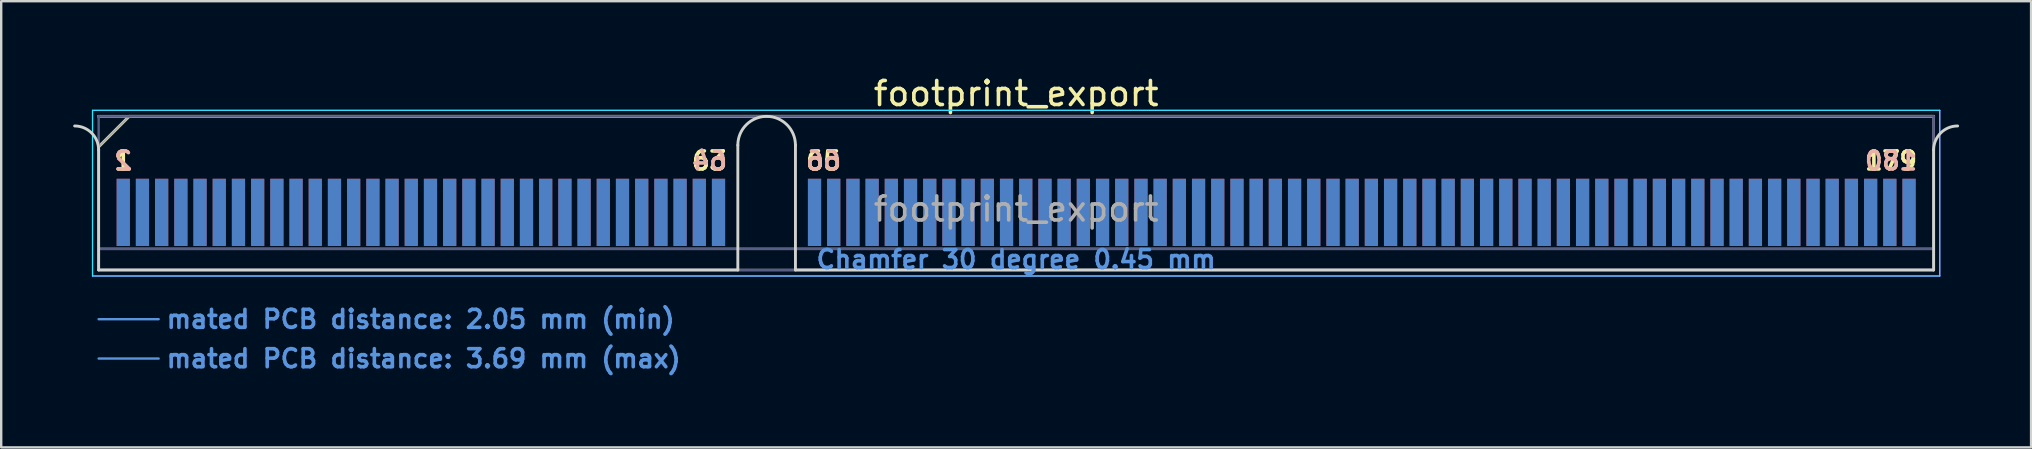
<source format=kicad_pcb>
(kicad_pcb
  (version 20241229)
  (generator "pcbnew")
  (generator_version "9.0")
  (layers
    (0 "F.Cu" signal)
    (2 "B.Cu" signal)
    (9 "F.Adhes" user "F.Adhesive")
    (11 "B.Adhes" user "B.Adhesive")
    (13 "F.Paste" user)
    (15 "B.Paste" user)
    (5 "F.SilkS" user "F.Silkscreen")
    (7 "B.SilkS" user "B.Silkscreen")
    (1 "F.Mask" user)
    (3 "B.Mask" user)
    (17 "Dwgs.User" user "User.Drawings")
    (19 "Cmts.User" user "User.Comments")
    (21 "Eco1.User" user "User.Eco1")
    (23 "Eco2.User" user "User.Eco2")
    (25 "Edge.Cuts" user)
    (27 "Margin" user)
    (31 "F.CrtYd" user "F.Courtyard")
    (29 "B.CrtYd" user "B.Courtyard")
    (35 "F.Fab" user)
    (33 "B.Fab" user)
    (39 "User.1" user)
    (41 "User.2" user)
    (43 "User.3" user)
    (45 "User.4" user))
  (footprint "footprint_export"
    (layer "F.Cu")
    (at 39.285 8.198)
    (property "Reference" "footprint_export" (at 0 -7.35 0) (layer "F.SilkS") (effects (font (size 1 1) (thickness 0.15))))
    (attr exclude_from_pos_files exclude_from_bom)
    (fp_line (start -38.225 -5.13) (end -36.955 -6.4) (stroke (width 0.12) (type solid)) (layer "F.SilkS"))
    (fp_line (start -36.955 -6.4) (end 38.225 -6.4) (stroke (width 0.12) (type solid)) (layer "F.SilkS"))
    (fp_line (start -38.225 -6.4) (end -38.225 -6.4) (stroke (width 0.12) (type solid)) (layer "B.SilkS"))
    (fp_line (start -38.225 -6.4) (end 38.225 -6.4) (stroke (width 0.12) (type solid)) (layer "B.SilkS"))
    (fp_line (start -38.225 2.05) (end -35.725 2.05) (stroke (width 0.1) (type solid)) (layer "Cmts.User"))
    (fp_line (start -38.225 3.69) (end -35.725 3.69) (stroke (width 0.1) (type solid)) (layer "Cmts.User"))
    (fp_line (start -38.225 -5) (end -38.225 0) (stroke (width 0.12) (type solid)) (layer "Edge.Cuts"))
    (fp_line (start -38.225 0) (end -11.595 0) (stroke (width 0.12) (type solid)) (layer "Edge.Cuts"))
    (fp_line (start -11.595 0) (end -11.595 -5.2) (stroke (width 0.12) (type solid)) (layer "Edge.Cuts"))
    (fp_line (start -9.195 -5.2) (end -9.195 0) (stroke (width 0.12) (type solid)) (layer "Edge.Cuts"))
    (fp_line (start -9.195 0) (end 38.225 0) (stroke (width 0.12) (type solid)) (layer "Edge.Cuts"))
    (fp_line (start 38.225 0) (end 38.225 -5) (stroke (width 0.12) (type solid)) (layer "Edge.Cuts"))
    (fp_arc (start -39.225 -6) (mid -38.517893 -5.707107) (end -38.225 -5) (stroke (width 0.12) (type solid)) (layer "Edge.Cuts"))
    (fp_arc (start -11.595 -5.2) (mid -10.395 -6.4) (end -9.195 -5.2) (stroke (width 0.12) (type solid)) (layer "Edge.Cuts"))
    (fp_arc (start 38.225 -5) (mid 38.517893 -5.707107) (end 39.225 -6) (stroke (width 0.12) (type solid)) (layer "Edge.Cuts"))
    (fp_line (start -38.48 -6.65) (end -38.48 0.25) (stroke (width 0.05) (type solid)) (layer "B.CrtYd"))
    (fp_line (start -38.48 0.25) (end 38.48 0.25) (stroke (width 0.05) (type solid)) (layer "B.CrtYd"))
    (fp_line (start 38.48 -6.65) (end -38.48 -6.65) (stroke (width 0.05) (type solid)) (layer "B.CrtYd"))
    (fp_line (start 38.48 0.25) (end 38.48 -6.65) (stroke (width 0.05) (type solid)) (layer "B.CrtYd"))
    (fp_line (start -38.48 -6.65) (end -38.48 0.25) (stroke (width 0.05) (type solid)) (layer "F.CrtYd"))
    (fp_line (start -38.48 0.25) (end 38.48 0.25) (stroke (width 0.05) (type solid)) (layer "F.CrtYd"))
    (fp_line (start 38.48 -6.65) (end -38.48 -6.65) (stroke (width 0.05) (type solid)) (layer "F.CrtYd"))
    (fp_line (start 38.48 0.25) (end 38.48 -6.65) (stroke (width 0.05) (type solid)) (layer "F.CrtYd"))
    (fp_line (start -38.225 -6.4) (end -38.225 -6.4) (stroke (width 0.1) (type solid)) (layer "B.Fab"))
    (fp_line (start -38.225 -6.4) (end -38.225 0) (stroke (width 0.1) (type solid)) (layer "B.Fab"))
    (fp_line (start -38.225 -6.4) (end 38.225 -6.4) (stroke (width 0.1) (type solid)) (layer "B.Fab"))
    (fp_line (start -38.225 -0.88) (end 38.225 -0.88) (stroke (width 0.1) (type solid)) (layer "B.Fab"))
    (fp_line (start -38.225 0) (end 38.225 0) (stroke (width 0.1) (type solid)) (layer "B.Fab"))
    (fp_line (start 38.225 -6.4) (end 38.225 0) (stroke (width 0.1) (type solid)) (layer "B.Fab"))
    (fp_line (start -38.225 -5.13) (end -38.225 0) (stroke (width 0.1) (type solid)) (layer "F.Fab"))
    (fp_line (start -38.225 -5.13) (end -36.955 -6.4) (stroke (width 0.1) (type solid)) (layer "F.Fab"))
    (fp_line (start -38.225 -0.88) (end 38.225 -0.88) (stroke (width 0.1) (type solid)) (layer "F.Fab"))
    (fp_line (start -38.225 0) (end 38.225 0) (stroke (width 0.1) (type solid)) (layer "F.Fab"))
    (fp_line (start -36.955 -6.4) (end 38.225 -6.4) (stroke (width 0.1) (type solid)) (layer "F.Fab"))
    (fp_line (start 38.225 -6.4) (end 38.225 0) (stroke (width 0.1) (type solid)) (layer "F.Fab"))
    (fp_text user "179" (at 36.45 -4.55 0) (layer "F.SilkS") (effects (font (size 0.75 0.75) (thickness 0.15))))
    (fp_text user "63" (at -12.775 -4.55 0) (layer "F.SilkS") (effects (font (size 0.75 0.75) (thickness 0.15))))
    (fp_text user "1" (at -37.2 -4.55 0) (layer "F.SilkS") (effects (font (size 0.75 0.75) (thickness 0.15))))
    (fp_text user "65" (at -8.025 -4.55 0) (layer "F.SilkS") (effects (font (size 0.75 0.75) (thickness 0.15))))
    (fp_text user "64" (at -12.775 -4.55 0) (layer "B.SilkS") (effects (font (size 0.75 0.75) (thickness 0.15)) (justify mirror)))
    (fp_text user "2" (at -37.2 -4.55 0) (layer "B.SilkS") (effects (font (size 0.75 0.75) (thickness 0.15)) (justify mirror)))
    (fp_text user "180" (at 36.45 -4.55 0) (layer "B.SilkS") (effects (font (size 0.75 0.75) (thickness 0.15)) (justify mirror)))
    (fp_text user "66" (at -8.025 -4.55 0) (layer "B.SilkS") (effects (font (size 0.75 0.75) (thickness 0.15)) (justify mirror)))
    (fp_text user "mated PCB distance: 3.69 mm (max)" (at -35.48 3.69 0) (layer "Cmts.User") (effects (font (size 0.75 0.75) (thickness 0.15)) (justify left)))
    (fp_text user "mated PCB distance: 2.05 mm (min)" (at -35.48 2.05 0) (layer "Cmts.User") (effects (font (size 0.75 0.75) (thickness 0.15)) (justify left)))
    (fp_text user "Chamfer 30 degree 0.45 mm" (at 0 -0.44 0) (layer "Cmts.User") (effects (font (size 0.75 0.75) (thickness 0.15))))
    (fp_text user "${REFERENCE}" (at 0 -2.54 0) (layer "F.Fab") (effects (font (size 1 1) (thickness 0.15))))
    (pad "1" connect rect (at -37.2 -2.4) (size 0.55 2.8) (layers "F.Cu" "F.Mask"))
    (pad "2" connect rect (at -37.2 -2.4) (size 0.55 2.8) (layers "B.Cu" "B.Mask"))
    (pad "3" connect rect (at -36.4 -2.4) (size 0.55 2.8) (layers "F.Cu" "F.Mask"))
    (pad "4" connect rect (at -36.4 -2.4) (size 0.55 2.8) (layers "B.Cu" "B.Mask"))
    (pad "5" connect rect (at -35.6 -2.4) (size 0.55 2.8) (layers "F.Cu" "F.Mask"))
    (pad "6" connect rect (at -35.6 -2.4) (size 0.55 2.8) (layers "B.Cu" "B.Mask"))
    (pad "7" connect rect (at -34.8 -2.4) (size 0.55 2.8) (layers "F.Cu" "F.Mask"))
    (pad "8" connect rect (at -34.8 -2.4) (size 0.55 2.8) (layers "B.Cu" "B.Mask"))
    (pad "9" connect rect (at -34 -2.4) (size 0.55 2.8) (layers "F.Cu" "F.Mask"))
    (pad "10" connect rect (at -34 -2.4) (size 0.55 2.8) (layers "B.Cu" "B.Mask"))
    (pad "11" connect rect (at -33.2 -2.4) (size 0.55 2.8) (layers "F.Cu" "F.Mask"))
    (pad "12" connect rect (at -33.2 -2.4) (size 0.55 2.8) (layers "B.Cu" "B.Mask"))
    (pad "13" connect rect (at -32.4 -2.4) (size 0.55 2.8) (layers "F.Cu" "F.Mask"))
    (pad "14" connect rect (at -32.4 -2.4) (size 0.55 2.8) (layers "B.Cu" "B.Mask"))
    (pad "15" connect rect (at -31.6 -2.4) (size 0.55 2.8) (layers "F.Cu" "F.Mask"))
    (pad "16" connect rect (at -31.6 -2.4) (size 0.55 2.8) (layers "B.Cu" "B.Mask"))
    (pad "17" connect rect (at -30.8 -2.4) (size 0.55 2.8) (layers "F.Cu" "F.Mask"))
    (pad "18" connect rect (at -30.8 -2.4) (size 0.55 2.8) (layers "B.Cu" "B.Mask"))
    (pad "19" connect rect (at -30 -2.4) (size 0.55 2.8) (layers "F.Cu" "F.Mask"))
    (pad "20" connect rect (at -30 -2.4) (size 0.55 2.8) (layers "B.Cu" "B.Mask"))
    (pad "21" connect rect (at -29.2 -2.4) (size 0.55 2.8) (layers "F.Cu" "F.Mask"))
    (pad "22" connect rect (at -29.2 -2.4) (size 0.55 2.8) (layers "B.Cu" "B.Mask"))
    (pad "23" connect rect (at -28.4 -2.4) (size 0.55 2.8) (layers "F.Cu" "F.Mask"))
    (pad "24" connect rect (at -28.4 -2.4) (size 0.55 2.8) (layers "B.Cu" "B.Mask"))
    (pad "25" connect rect (at -27.6 -2.4) (size 0.55 2.8) (layers "F.Cu" "F.Mask"))
    (pad "26" connect rect (at -27.6 -2.4) (size 0.55 2.8) (layers "B.Cu" "B.Mask"))
    (pad "27" connect rect (at -26.8 -2.4) (size 0.55 2.8) (layers "F.Cu" "F.Mask"))
    (pad "28" connect rect (at -26.8 -2.4) (size 0.55 2.8) (layers "B.Cu" "B.Mask"))
    (pad "29" connect rect (at -26 -2.4) (size 0.55 2.8) (layers "F.Cu" "F.Mask"))
    (pad "30" connect rect (at -26 -2.4) (size 0.55 2.8) (layers "B.Cu" "B.Mask"))
    (pad "31" connect rect (at -25.2 -2.4) (size 0.55 2.8) (layers "F.Cu" "F.Mask"))
    (pad "32" connect rect (at -25.2 -2.4) (size 0.55 2.8) (layers "B.Cu" "B.Mask"))
    (pad "33" connect rect (at -24.4 -2.4) (size 0.55 2.8) (layers "F.Cu" "F.Mask"))
    (pad "34" connect rect (at -24.4 -2.4) (size 0.55 2.8) (layers "B.Cu" "B.Mask"))
    (pad "35" connect rect (at -23.6 -2.4) (size 0.55 2.8) (layers "F.Cu" "F.Mask"))
    (pad "36" connect rect (at -23.6 -2.4) (size 0.55 2.8) (layers "B.Cu" "B.Mask"))
    (pad "37" connect rect (at -22.8 -2.4) (size 0.55 2.8) (layers "F.Cu" "F.Mask"))
    (pad "38" connect rect (at -22.8 -2.4) (size 0.55 2.8) (layers "B.Cu" "B.Mask"))
    (pad "39" connect rect (at -22 -2.4) (size 0.55 2.8) (layers "F.Cu" "F.Mask"))
    (pad "40" connect rect (at -22 -2.4) (size 0.55 2.8) (layers "B.Cu" "B.Mask"))
    (pad "41" connect rect (at -21.2 -2.4) (size 0.55 2.8) (layers "F.Cu" "F.Mask"))
    (pad "42" connect rect (at -21.2 -2.4) (size 0.55 2.8) (layers "B.Cu" "B.Mask"))
    (pad "43" connect rect (at -20.4 -2.4) (size 0.55 2.8) (layers "F.Cu" "F.Mask"))
    (pad "44" connect rect (at -20.4 -2.4) (size 0.55 2.8) (layers "B.Cu" "B.Mask"))
    (pad "45" connect rect (at -19.6 -2.4) (size 0.55 2.8) (layers "F.Cu" "F.Mask"))
    (pad "46" connect rect (at -19.6 -2.4) (size 0.55 2.8) (layers "B.Cu" "B.Mask"))
    (pad "47" connect rect (at -18.8 -2.4) (size 0.55 2.8) (layers "F.Cu" "F.Mask"))
    (pad "48" connect rect (at -18.8 -2.4) (size 0.55 2.8) (layers "B.Cu" "B.Mask"))
    (pad "49" connect rect (at -18 -2.4) (size 0.55 2.8) (layers "F.Cu" "F.Mask"))
    (pad "50" connect rect (at -18 -2.4) (size 0.55 2.8) (layers "B.Cu" "B.Mask"))
    (pad "51" connect rect (at -17.2 -2.4) (size 0.55 2.8) (layers "F.Cu" "F.Mask"))
    (pad "52" connect rect (at -17.2 -2.4) (size 0.55 2.8) (layers "B.Cu" "B.Mask"))
    (pad "53" connect rect (at -16.4 -2.4) (size 0.55 2.8) (layers "F.Cu" "F.Mask"))
    (pad "54" connect rect (at -16.4 -2.4) (size 0.55 2.8) (layers "B.Cu" "B.Mask"))
    (pad "55" connect rect (at -15.6 -2.4) (size 0.55 2.8) (layers "F.Cu" "F.Mask"))
    (pad "56" connect rect (at -15.6 -2.4) (size 0.55 2.8) (layers "B.Cu" "B.Mask"))
    (pad "57" connect rect (at -14.8 -2.4) (size 0.55 2.8) (layers "F.Cu" "F.Mask"))
    (pad "58" connect rect (at -14.8 -2.4) (size 0.55 2.8) (layers "B.Cu" "B.Mask"))
    (pad "59" connect rect (at -14 -2.4) (size 0.55 2.8) (layers "F.Cu" "F.Mask"))
    (pad "60" connect rect (at -14 -2.4) (size 0.55 2.8) (layers "B.Cu" "B.Mask"))
    (pad "61" connect rect (at -13.2 -2.4) (size 0.55 2.8) (layers "F.Cu" "F.Mask"))
    (pad "62" connect rect (at -13.2 -2.4) (size 0.55 2.8) (layers "B.Cu" "B.Mask"))
    (pad "63" connect rect (at -12.4 -2.4) (size 0.55 2.8) (layers "F.Cu" "F.Mask"))
    (pad "64" connect rect (at -12.4 -2.4) (size 0.55 2.8) (layers "B.Cu" "B.Mask"))
    (pad "65" connect rect (at -8.4 -2.4) (size 0.55 2.8) (layers "F.Cu" "F.Mask"))
    (pad "66" connect rect (at -8.4 -2.4) (size 0.55 2.8) (layers "B.Cu" "B.Mask"))
    (pad "67" connect rect (at -7.6 -2.4) (size 0.55 2.8) (layers "F.Cu" "F.Mask"))
    (pad "68" connect rect (at -7.6 -2.4) (size 0.55 2.8) (layers "B.Cu" "B.Mask"))
    (pad "69" connect rect (at -6.8 -2.4) (size 0.55 2.8) (layers "F.Cu" "F.Mask"))
    (pad "70" connect rect (at -6.8 -2.4) (size 0.55 2.8) (layers "B.Cu" "B.Mask"))
    (pad "71" connect rect (at -6 -2.4) (size 0.55 2.8) (layers "F.Cu" "F.Mask"))
    (pad "72" connect rect (at -6 -2.4) (size 0.55 2.8) (layers "B.Cu" "B.Mask"))
    (pad "73" connect rect (at -5.2 -2.4) (size 0.55 2.8) (layers "F.Cu" "F.Mask"))
    (pad "74" connect rect (at -5.2 -2.4) (size 0.55 2.8) (layers "B.Cu" "B.Mask"))
    (pad "75" connect rect (at -4.4 -2.4) (size 0.55 2.8) (layers "F.Cu" "F.Mask"))
    (pad "76" connect rect (at -4.4 -2.4) (size 0.55 2.8) (layers "B.Cu" "B.Mask"))
    (pad "77" connect rect (at -3.6 -2.4) (size 0.55 2.8) (layers "F.Cu" "F.Mask"))
    (pad "78" connect rect (at -3.6 -2.4) (size 0.55 2.8) (layers "B.Cu" "B.Mask"))
    (pad "79" connect rect (at -2.8 -2.4) (size 0.55 2.8) (layers "F.Cu" "F.Mask"))
    (pad "80" connect rect (at -2.8 -2.4) (size 0.55 2.8) (layers "B.Cu" "B.Mask"))
    (pad "81" connect rect (at -2 -2.4) (size 0.55 2.8) (layers "F.Cu" "F.Mask"))
    (pad "82" connect rect (at -2 -2.4) (size 0.55 2.8) (layers "B.Cu" "B.Mask"))
    (pad "83" connect rect (at -1.2 -2.4) (size 0.55 2.8) (layers "F.Cu" "F.Mask"))
    (pad "84" connect rect (at -1.2 -2.4) (size 0.55 2.8) (layers "B.Cu" "B.Mask"))
    (pad "85" connect rect (at -0.4 -2.4) (size 0.55 2.8) (layers "F.Cu" "F.Mask"))
    (pad "86" connect rect (at -0.4 -2.4) (size 0.55 2.8) (layers "B.Cu" "B.Mask"))
    (pad "87" connect rect (at 0.4 -2.4) (size 0.55 2.8) (layers "F.Cu" "F.Mask"))
    (pad "88" connect rect (at 0.4 -2.4) (size 0.55 2.8) (layers "B.Cu" "B.Mask"))
    (pad "89" connect rect (at 1.2 -2.4) (size 0.55 2.8) (layers "F.Cu" "F.Mask"))
    (pad "90" connect rect (at 1.2 -2.4) (size 0.55 2.8) (layers "B.Cu" "B.Mask"))
    (pad "91" connect rect (at 2 -2.4) (size 0.55 2.8) (layers "F.Cu" "F.Mask"))
    (pad "92" connect rect (at 2 -2.4) (size 0.55 2.8) (layers "B.Cu" "B.Mask"))
    (pad "93" connect rect (at 2.8 -2.4) (size 0.55 2.8) (layers "F.Cu" "F.Mask"))
    (pad "94" connect rect (at 2.8 -2.4) (size 0.55 2.8) (layers "B.Cu" "B.Mask"))
    (pad "95" connect rect (at 3.6 -2.4) (size 0.55 2.8) (layers "F.Cu" "F.Mask"))
    (pad "96" connect rect (at 3.6 -2.4) (size 0.55 2.8) (layers "B.Cu" "B.Mask"))
    (pad "97" connect rect (at 4.4 -2.4) (size 0.55 2.8) (layers "F.Cu" "F.Mask"))
    (pad "98" connect rect (at 4.4 -2.4) (size 0.55 2.8) (layers "B.Cu" "B.Mask"))
    (pad "99" connect rect (at 5.2 -2.4) (size 0.55 2.8) (layers "F.Cu" "F.Mask"))
    (pad "100" connect rect (at 5.2 -2.4) (size 0.55 2.8) (layers "B.Cu" "B.Mask"))
    (pad "101" connect rect (at 6 -2.4) (size 0.55 2.8) (layers "F.Cu" "F.Mask"))
    (pad "102" connect rect (at 6 -2.4) (size 0.55 2.8) (layers "B.Cu" "B.Mask"))
    (pad "103" connect rect (at 6.8 -2.4) (size 0.55 2.8) (layers "F.Cu" "F.Mask"))
    (pad "104" connect rect (at 6.8 -2.4) (size 0.55 2.8) (layers "B.Cu" "B.Mask"))
    (pad "105" connect rect (at 7.6 -2.4) (size 0.55 2.8) (layers "F.Cu" "F.Mask"))
    (pad "106" connect rect (at 7.6 -2.4) (size 0.55 2.8) (layers "B.Cu" "B.Mask"))
    (pad "107" connect rect (at 8.4 -2.4) (size 0.55 2.8) (layers "F.Cu" "F.Mask"))
    (pad "108" connect rect (at 8.4 -2.4) (size 0.55 2.8) (layers "B.Cu" "B.Mask"))
    (pad "109" connect rect (at 9.2 -2.4) (size 0.55 2.8) (layers "F.Cu" "F.Mask"))
    (pad "110" connect rect (at 9.2 -2.4) (size 0.55 2.8) (layers "B.Cu" "B.Mask"))
    (pad "111" connect rect (at 10 -2.4) (size 0.55 2.8) (layers "F.Cu" "F.Mask"))
    (pad "112" connect rect (at 10 -2.4) (size 0.55 2.8) (layers "B.Cu" "B.Mask"))
    (pad "113" connect rect (at 10.8 -2.4) (size 0.55 2.8) (layers "F.Cu" "F.Mask"))
    (pad "114" connect rect (at 10.8 -2.4) (size 0.55 2.8) (layers "B.Cu" "B.Mask"))
    (pad "115" connect rect (at 11.6 -2.4) (size 0.55 2.8) (layers "F.Cu" "F.Mask"))
    (pad "116" connect rect (at 11.6 -2.4) (size 0.55 2.8) (layers "B.Cu" "B.Mask"))
    (pad "117" connect rect (at 12.4 -2.4) (size 0.55 2.8) (layers "F.Cu" "F.Mask"))
    (pad "118" connect rect (at 12.4 -2.4) (size 0.55 2.8) (layers "B.Cu" "B.Mask"))
    (pad "119" connect rect (at 13.2 -2.4) (size 0.55 2.8) (layers "F.Cu" "F.Mask"))
    (pad "120" connect rect (at 13.2 -2.4) (size 0.55 2.8) (layers "B.Cu" "B.Mask"))
    (pad "121" connect rect (at 14 -2.4) (size 0.55 2.8) (layers "F.Cu" "F.Mask"))
    (pad "122" connect rect (at 14 -2.4) (size 0.55 2.8) (layers "B.Cu" "B.Mask"))
    (pad "123" connect rect (at 14.8 -2.4) (size 0.55 2.8) (layers "F.Cu" "F.Mask"))
    (pad "124" connect rect (at 14.8 -2.4) (size 0.55 2.8) (layers "B.Cu" "B.Mask"))
    (pad "125" connect rect (at 15.6 -2.4) (size 0.55 2.8) (layers "F.Cu" "F.Mask"))
    (pad "126" connect rect (at 15.6 -2.4) (size 0.55 2.8) (layers "B.Cu" "B.Mask"))
    (pad "127" connect rect (at 16.4 -2.4) (size 0.55 2.8) (layers "F.Cu" "F.Mask"))
    (pad "128" connect rect (at 16.4 -2.4) (size 0.55 2.8) (layers "B.Cu" "B.Mask"))
    (pad "129" connect rect (at 17.2 -2.4) (size 0.55 2.8) (layers "F.Cu" "F.Mask"))
    (pad "130" connect rect (at 17.2 -2.4) (size 0.55 2.8) (layers "B.Cu" "B.Mask"))
    (pad "131" connect rect (at 18 -2.4) (size 0.55 2.8) (layers "F.Cu" "F.Mask"))
    (pad "132" connect rect (at 18 -2.4) (size 0.55 2.8) (layers "B.Cu" "B.Mask"))
    (pad "133" connect rect (at 18.8 -2.4) (size 0.55 2.8) (layers "F.Cu" "F.Mask"))
    (pad "134" connect rect (at 18.8 -2.4) (size 0.55 2.8) (layers "B.Cu" "B.Mask"))
    (pad "135" connect rect (at 19.6 -2.4) (size 0.55 2.8) (layers "F.Cu" "F.Mask"))
    (pad "136" connect rect (at 19.6 -2.4) (size 0.55 2.8) (layers "B.Cu" "B.Mask"))
    (pad "137" connect rect (at 20.4 -2.4) (size 0.55 2.8) (layers "F.Cu" "F.Mask"))
    (pad "138" connect rect (at 20.4 -2.4) (size 0.55 2.8) (layers "B.Cu" "B.Mask"))
    (pad "139" connect rect (at 21.2 -2.4) (size 0.55 2.8) (layers "F.Cu" "F.Mask"))
    (pad "140" connect rect (at 21.2 -2.4) (size 0.55 2.8) (layers "B.Cu" "B.Mask"))
    (pad "141" connect rect (at 22 -2.4) (size 0.55 2.8) (layers "F.Cu" "F.Mask"))
    (pad "142" connect rect (at 22 -2.4) (size 0.55 2.8) (layers "B.Cu" "B.Mask"))
    (pad "143" connect rect (at 22.8 -2.4) (size 0.55 2.8) (layers "F.Cu" "F.Mask"))
    (pad "144" connect rect (at 22.8 -2.4) (size 0.55 2.8) (layers "B.Cu" "B.Mask"))
    (pad "145" connect rect (at 23.6 -2.4) (size 0.55 2.8) (layers "F.Cu" "F.Mask"))
    (pad "146" connect rect (at 23.6 -2.4) (size 0.55 2.8) (layers "B.Cu" "B.Mask"))
    (pad "147" connect rect (at 24.4 -2.4) (size 0.55 2.8) (layers "F.Cu" "F.Mask"))
    (pad "148" connect rect (at 24.4 -2.4) (size 0.55 2.8) (layers "B.Cu" "B.Mask"))
    (pad "149" connect rect (at 25.2 -2.4) (size 0.55 2.8) (layers "F.Cu" "F.Mask"))
    (pad "150" connect rect (at 25.2 -2.4) (size 0.55 2.8) (layers "B.Cu" "B.Mask"))
    (pad "151" connect rect (at 26 -2.4) (size 0.55 2.8) (layers "F.Cu" "F.Mask"))
    (pad "152" connect rect (at 26 -2.4) (size 0.55 2.8) (layers "B.Cu" "B.Mask"))
    (pad "153" connect rect (at 26.8 -2.4) (size 0.55 2.8) (layers "F.Cu" "F.Mask"))
    (pad "154" connect rect (at 26.8 -2.4) (size 0.55 2.8) (layers "B.Cu" "B.Mask"))
    (pad "155" connect rect (at 27.6 -2.4) (size 0.55 2.8) (layers "F.Cu" "F.Mask"))
    (pad "156" connect rect (at 27.6 -2.4) (size 0.55 2.8) (layers "B.Cu" "B.Mask"))
    (pad "157" connect rect (at 28.4 -2.4) (size 0.55 2.8) (layers "F.Cu" "F.Mask"))
    (pad "158" connect rect (at 28.4 -2.4) (size 0.55 2.8) (layers "B.Cu" "B.Mask"))
    (pad "159" connect rect (at 29.2 -2.4) (size 0.55 2.8) (layers "F.Cu" "F.Mask"))
    (pad "160" connect rect (at 29.2 -2.4) (size 0.55 2.8) (layers "B.Cu" "B.Mask"))
    (pad "161" connect rect (at 30 -2.4) (size 0.55 2.8) (layers "F.Cu" "F.Mask"))
    (pad "162" connect rect (at 30 -2.4) (size 0.55 2.8) (layers "B.Cu" "B.Mask"))
    (pad "163" connect rect (at 30.8 -2.4) (size 0.55 2.8) (layers "F.Cu" "F.Mask"))
    (pad "164" connect rect (at 30.8 -2.4) (size 0.55 2.8) (layers "B.Cu" "B.Mask"))
    (pad "165" connect rect (at 31.6 -2.4) (size 0.55 2.8) (layers "F.Cu" "F.Mask"))
    (pad "166" connect rect (at 31.6 -2.4) (size 0.55 2.8) (layers "B.Cu" "B.Mask"))
    (pad "167" connect rect (at 32.4 -2.4) (size 0.55 2.8) (layers "F.Cu" "F.Mask"))
    (pad "168" connect rect (at 32.4 -2.4) (size 0.55 2.8) (layers "B.Cu" "B.Mask"))
    (pad "169" connect rect (at 33.2 -2.4) (size 0.55 2.8) (layers "F.Cu" "F.Mask"))
    (pad "170" connect rect (at 33.2 -2.4) (size 0.55 2.8) (layers "B.Cu" "B.Mask"))
    (pad "171" connect rect (at 34 -2.4) (size 0.55 2.8) (layers "F.Cu" "F.Mask"))
    (pad "172" connect rect (at 34 -2.4) (size 0.55 2.8) (layers "B.Cu" "B.Mask"))
    (pad "173" connect rect (at 34.8 -2.4) (size 0.55 2.8) (layers "F.Cu" "F.Mask"))
    (pad "174" connect rect (at 34.8 -2.4) (size 0.55 2.8) (layers "B.Cu" "B.Mask"))
    (pad "175" connect rect (at 35.6 -2.4) (size 0.55 2.8) (layers "F.Cu" "F.Mask"))
    (pad "176" connect rect (at 35.6 -2.4) (size 0.55 2.8) (layers "B.Cu" "B.Mask"))
    (pad "177" connect rect (at 36.4 -2.4) (size 0.55 2.8) (layers "F.Cu" "F.Mask"))
    (pad "178" connect rect (at 36.4 -2.4) (size 0.55 2.8) (layers "B.Cu" "B.Mask"))
    (pad "179" connect rect (at 37.2 -2.4) (size 0.55 2.8) (layers "F.Cu" "F.Mask"))
    (pad "180" connect rect (at 37.2 -2.4) (size 0.55 2.8) (layers "B.Cu" "B.Mask")))
  (gr_rect
    (start -3 -3)
    (end 81.57 15.59)
    (stroke (width 0.1) (type default))
    (fill no)
    (layer "Edge.Cuts")))
</source>
